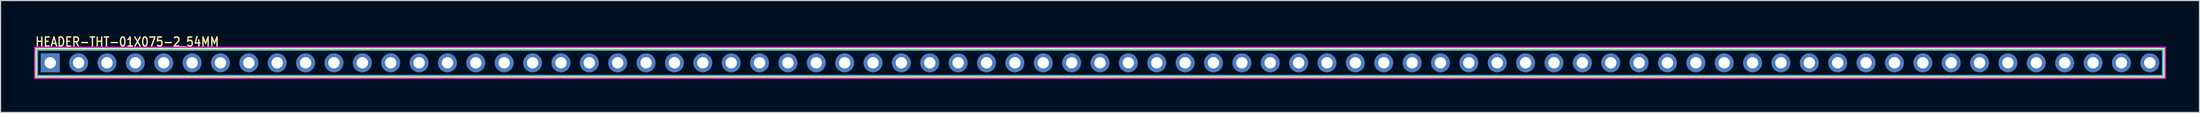
<source format=kicad_pcb>
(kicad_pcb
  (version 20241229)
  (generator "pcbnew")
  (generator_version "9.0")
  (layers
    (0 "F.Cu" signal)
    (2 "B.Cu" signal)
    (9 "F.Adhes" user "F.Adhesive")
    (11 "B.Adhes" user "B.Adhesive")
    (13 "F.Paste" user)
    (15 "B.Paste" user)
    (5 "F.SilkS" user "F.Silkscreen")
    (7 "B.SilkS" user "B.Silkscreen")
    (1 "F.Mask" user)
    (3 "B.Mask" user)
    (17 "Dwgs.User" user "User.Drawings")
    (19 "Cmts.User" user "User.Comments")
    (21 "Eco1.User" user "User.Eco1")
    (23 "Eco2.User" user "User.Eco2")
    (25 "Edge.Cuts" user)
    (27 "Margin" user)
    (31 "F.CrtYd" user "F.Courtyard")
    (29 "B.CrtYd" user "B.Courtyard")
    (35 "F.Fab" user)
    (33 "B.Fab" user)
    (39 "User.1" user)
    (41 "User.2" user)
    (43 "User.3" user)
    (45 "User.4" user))
  (footprint "HEADER-THT-01X075-2_54MM"
    (layer "F.Cu")
    (at 1.447 2.579)
    (property "Reference" "HEADER-THT-01X075-2_54MM" (at -1.4 -1.4 0) (unlocked yes) (layer "F.SilkS") (effects (font (size 0.813 0.695) (thickness 0.122)) (justify left bottom)))
    (fp_line (start -1.27 -1.27) (end -1.27 1.27) (stroke (width 0.127) (type solid)) (layer "F.SilkS"))
    (fp_line (start -1.27 1.27) (end 189.23 1.27) (stroke (width 0.127) (type solid)) (layer "F.SilkS"))
    (fp_line (start 189.23 -1.27) (end -1.27 -1.27) (stroke (width 0.127) (type solid)) (layer "F.SilkS"))
    (fp_line (start 189.23 1.27) (end 189.23 -1.27) (stroke (width 0.127) (type solid)) (layer "F.SilkS"))
    (fp_poly (pts (xy -1.143 -1.143) (xy 189.103 -1.143) (xy 189.103 1.143) (xy -1.143 1.143)) (stroke (width 0.1) (type solid)) (fill no) (layer "B.CrtYd"))
    (fp_poly (pts (xy -1.397 -1.397) (xy 189.357 -1.397) (xy 189.357 1.397) (xy -1.397 1.397)) (stroke (width 0.1) (type solid)) (fill no) (layer "F.CrtYd"))
    (pad "1" thru_hole rect (at 0 0) (size 1.693 1.693) (drill 1.016) (layers "*.Cu" "*.Mask"))
    (pad "2" thru_hole oval (at 2.54 0) (size 1.693 1.693) (drill 1.016) (layers "*.Cu" "*.Mask"))
    (pad "3" thru_hole oval (at 5.08 0) (size 1.693 1.693) (drill 1.016) (layers "*.Cu" "*.Mask"))
    (pad "4" thru_hole oval (at 7.62 0) (size 1.693 1.693) (drill 1.016) (layers "*.Cu" "*.Mask"))
    (pad "5" thru_hole oval (at 10.16 0) (size 1.693 1.693) (drill 1.016) (layers "*.Cu" "*.Mask"))
    (pad "6" thru_hole oval (at 12.7 0) (size 1.693 1.693) (drill 1.016) (layers "*.Cu" "*.Mask"))
    (pad "7" thru_hole oval (at 15.24 0) (size 1.693 1.693) (drill 1.016) (layers "*.Cu" "*.Mask"))
    (pad "8" thru_hole oval (at 17.78 0) (size 1.693 1.693) (drill 1.016) (layers "*.Cu" "*.Mask"))
    (pad "9" thru_hole oval (at 20.32 0) (size 1.693 1.693) (drill 1.016) (layers "*.Cu" "*.Mask"))
    (pad "10" thru_hole oval (at 22.86 0) (size 1.693 1.693) (drill 1.016) (layers "*.Cu" "*.Mask"))
    (pad "11" thru_hole oval (at 25.4 0) (size 1.693 1.693) (drill 1.016) (layers "*.Cu" "*.Mask"))
    (pad "12" thru_hole oval (at 27.94 0) (size 1.693 1.693) (drill 1.016) (layers "*.Cu" "*.Mask"))
    (pad "13" thru_hole oval (at 30.48 0) (size 1.693 1.693) (drill 1.016) (layers "*.Cu" "*.Mask"))
    (pad "14" thru_hole oval (at 33.02 0) (size 1.693 1.693) (drill 1.016) (layers "*.Cu" "*.Mask"))
    (pad "15" thru_hole oval (at 35.56 0) (size 1.693 1.693) (drill 1.016) (layers "*.Cu" "*.Mask"))
    (pad "16" thru_hole oval (at 38.1 0) (size 1.693 1.693) (drill 1.016) (layers "*.Cu" "*.Mask"))
    (pad "17" thru_hole oval (at 40.64 0) (size 1.693 1.693) (drill 1.016) (layers "*.Cu" "*.Mask"))
    (pad "18" thru_hole oval (at 43.18 0) (size 1.693 1.693) (drill 1.016) (layers "*.Cu" "*.Mask"))
    (pad "19" thru_hole oval (at 45.72 0) (size 1.693 1.693) (drill 1.016) (layers "*.Cu" "*.Mask"))
    (pad "20" thru_hole oval (at 48.26 0) (size 1.693 1.693) (drill 1.016) (layers "*.Cu" "*.Mask"))
    (pad "21" thru_hole oval (at 50.8 0) (size 1.693 1.693) (drill 1.016) (layers "*.Cu" "*.Mask"))
    (pad "22" thru_hole oval (at 53.34 0) (size 1.693 1.693) (drill 1.016) (layers "*.Cu" "*.Mask"))
    (pad "23" thru_hole oval (at 55.88 0) (size 1.693 1.693) (drill 1.016) (layers "*.Cu" "*.Mask"))
    (pad "24" thru_hole oval (at 58.42 0) (size 1.693 1.693) (drill 1.016) (layers "*.Cu" "*.Mask"))
    (pad "25" thru_hole oval (at 60.96 0) (size 1.693 1.693) (drill 1.016) (layers "*.Cu" "*.Mask"))
    (pad "26" thru_hole oval (at 63.5 0) (size 1.693 1.693) (drill 1.016) (layers "*.Cu" "*.Mask"))
    (pad "27" thru_hole oval (at 66.04 0) (size 1.693 1.693) (drill 1.016) (layers "*.Cu" "*.Mask"))
    (pad "28" thru_hole oval (at 68.58 0) (size 1.693 1.693) (drill 1.016) (layers "*.Cu" "*.Mask"))
    (pad "29" thru_hole oval (at 71.12 0) (size 1.693 1.693) (drill 1.016) (layers "*.Cu" "*.Mask"))
    (pad "30" thru_hole oval (at 73.66 0) (size 1.693 1.693) (drill 1.016) (layers "*.Cu" "*.Mask"))
    (pad "31" thru_hole oval (at 76.2 0) (size 1.693 1.693) (drill 1.016) (layers "*.Cu" "*.Mask"))
    (pad "32" thru_hole oval (at 78.74 0) (size 1.693 1.693) (drill 1.016) (layers "*.Cu" "*.Mask"))
    (pad "33" thru_hole oval (at 81.28 0) (size 1.693 1.693) (drill 1.016) (layers "*.Cu" "*.Mask"))
    (pad "34" thru_hole oval (at 83.82 0) (size 1.693 1.693) (drill 1.016) (layers "*.Cu" "*.Mask"))
    (pad "35" thru_hole oval (at 86.36 0) (size 1.693 1.693) (drill 1.016) (layers "*.Cu" "*.Mask"))
    (pad "36" thru_hole oval (at 88.9 0) (size 1.693 1.693) (drill 1.016) (layers "*.Cu" "*.Mask"))
    (pad "37" thru_hole oval (at 91.44 0) (size 1.693 1.693) (drill 1.016) (layers "*.Cu" "*.Mask"))
    (pad "38" thru_hole oval (at 93.98 0) (size 1.693 1.693) (drill 1.016) (layers "*.Cu" "*.Mask"))
    (pad "39" thru_hole oval (at 96.52 0) (size 1.693 1.693) (drill 1.016) (layers "*.Cu" "*.Mask"))
    (pad "40" thru_hole oval (at 99.06 0) (size 1.693 1.693) (drill 1.016) (layers "*.Cu" "*.Mask"))
    (pad "41" thru_hole oval (at 101.6 0) (size 1.693 1.693) (drill 1.016) (layers "*.Cu" "*.Mask"))
    (pad "42" thru_hole oval (at 104.14 0) (size 1.693 1.693) (drill 1.016) (layers "*.Cu" "*.Mask"))
    (pad "43" thru_hole oval (at 106.68 0) (size 1.693 1.693) (drill 1.016) (layers "*.Cu" "*.Mask"))
    (pad "44" thru_hole oval (at 109.22 0) (size 1.693 1.693) (drill 1.016) (layers "*.Cu" "*.Mask"))
    (pad "45" thru_hole oval (at 111.76 0) (size 1.693 1.693) (drill 1.016) (layers "*.Cu" "*.Mask"))
    (pad "46" thru_hole oval (at 114.3 0) (size 1.693 1.693) (drill 1.016) (layers "*.Cu" "*.Mask"))
    (pad "47" thru_hole oval (at 116.84 0) (size 1.693 1.693) (drill 1.016) (layers "*.Cu" "*.Mask"))
    (pad "48" thru_hole oval (at 119.38 0) (size 1.693 1.693) (drill 1.016) (layers "*.Cu" "*.Mask"))
    (pad "49" thru_hole oval (at 121.92 0) (size 1.693 1.693) (drill 1.016) (layers "*.Cu" "*.Mask"))
    (pad "50" thru_hole oval (at 124.46 0) (size 1.693 1.693) (drill 1.016) (layers "*.Cu" "*.Mask"))
    (pad "51" thru_hole oval (at 127 0) (size 1.693 1.693) (drill 1.016) (layers "*.Cu" "*.Mask"))
    (pad "52" thru_hole oval (at 129.54 0) (size 1.693 1.693) (drill 1.016) (layers "*.Cu" "*.Mask"))
    (pad "53" thru_hole oval (at 132.08 0) (size 1.693 1.693) (drill 1.016) (layers "*.Cu" "*.Mask"))
    (pad "54" thru_hole oval (at 134.62 0) (size 1.693 1.693) (drill 1.016) (layers "*.Cu" "*.Mask"))
    (pad "55" thru_hole oval (at 137.16 0) (size 1.693 1.693) (drill 1.016) (layers "*.Cu" "*.Mask"))
    (pad "56" thru_hole oval (at 139.7 0) (size 1.693 1.693) (drill 1.016) (layers "*.Cu" "*.Mask"))
    (pad "57" thru_hole oval (at 142.24 0) (size 1.693 1.693) (drill 1.016) (layers "*.Cu" "*.Mask"))
    (pad "58" thru_hole oval (at 144.78 0) (size 1.693 1.693) (drill 1.016) (layers "*.Cu" "*.Mask"))
    (pad "59" thru_hole oval (at 147.32 0) (size 1.693 1.693) (drill 1.016) (layers "*.Cu" "*.Mask"))
    (pad "60" thru_hole oval (at 149.86 0) (size 1.693 1.693) (drill 1.016) (layers "*.Cu" "*.Mask"))
    (pad "61" thru_hole oval (at 152.4 0) (size 1.693 1.693) (drill 1.016) (layers "*.Cu" "*.Mask"))
    (pad "62" thru_hole oval (at 154.94 0) (size 1.693 1.693) (drill 1.016) (layers "*.Cu" "*.Mask"))
    (pad "63" thru_hole oval (at 157.48 0) (size 1.693 1.693) (drill 1.016) (layers "*.Cu" "*.Mask"))
    (pad "64" thru_hole oval (at 160.02 0) (size 1.693 1.693) (drill 1.016) (layers "*.Cu" "*.Mask"))
    (pad "65" thru_hole oval (at 162.56 0) (size 1.693 1.693) (drill 1.016) (layers "*.Cu" "*.Mask"))
    (pad "66" thru_hole oval (at 165.1 0) (size 1.693 1.693) (drill 1.016) (layers "*.Cu" "*.Mask"))
    (pad "67" thru_hole oval (at 167.64 0) (size 1.693 1.693) (drill 1.016) (layers "*.Cu" "*.Mask"))
    (pad "68" thru_hole oval (at 170.18 0) (size 1.693 1.693) (drill 1.016) (layers "*.Cu" "*.Mask"))
    (pad "69" thru_hole oval (at 172.72 0) (size 1.693 1.693) (drill 1.016) (layers "*.Cu" "*.Mask"))
    (pad "70" thru_hole oval (at 175.26 0) (size 1.693 1.693) (drill 1.016) (layers "*.Cu" "*.Mask"))
    (pad "71" thru_hole oval (at 177.8 0) (size 1.693 1.693) (drill 1.016) (layers "*.Cu" "*.Mask"))
    (pad "72" thru_hole oval (at 180.34 0) (size 1.693 1.693) (drill 1.016) (layers "*.Cu" "*.Mask"))
    (pad "73" thru_hole oval (at 182.88 0) (size 1.693 1.693) (drill 1.016) (layers "*.Cu" "*.Mask"))
    (pad "74" thru_hole oval (at 185.42 0) (size 1.693 1.693) (drill 1.016) (layers "*.Cu" "*.Mask"))
    (pad "75" thru_hole oval (at 187.96 0) (size 1.693 1.693) (drill 1.016) (layers "*.Cu" "*.Mask")))
  (gr_rect
    (start -3 -3)
    (end 193.854 7.026)
    (stroke (width 0.1) (type default))
    (fill no)
    (layer "Edge.Cuts")))
</source>
